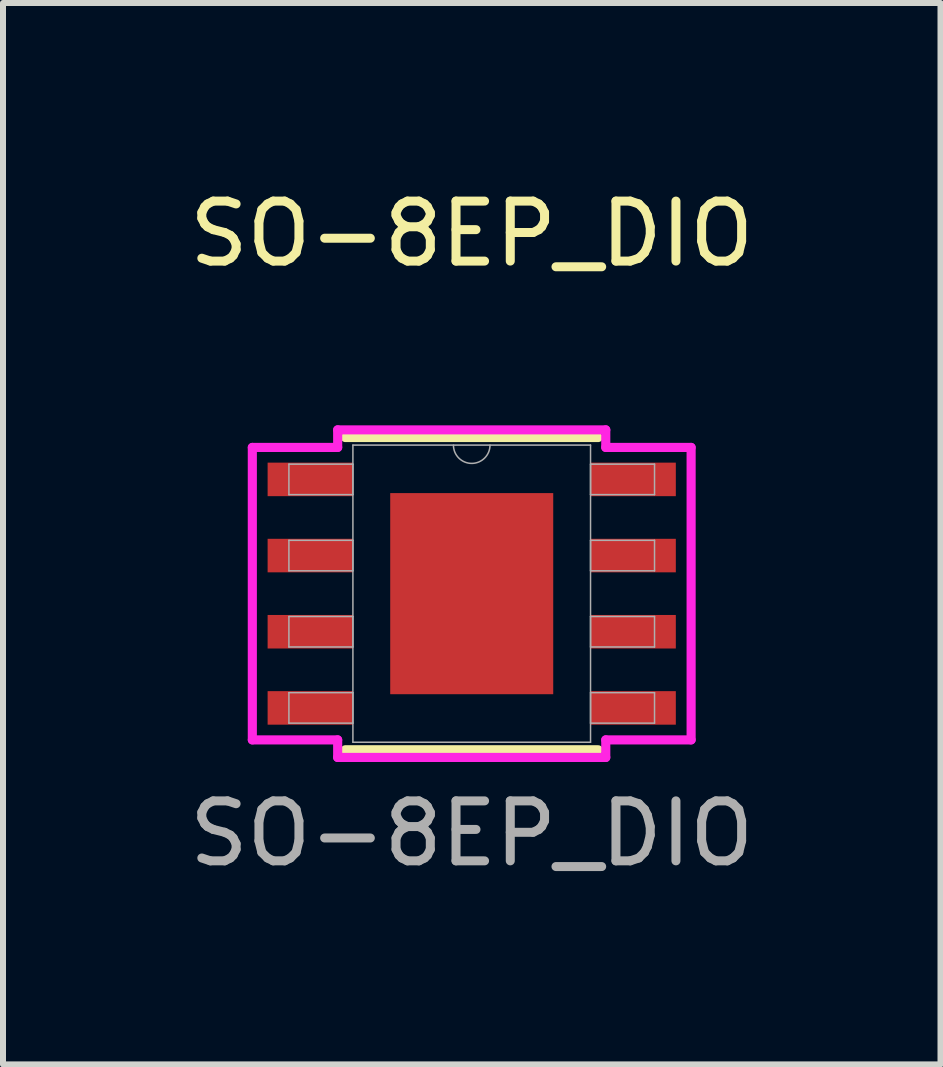
<source format=kicad_pcb>
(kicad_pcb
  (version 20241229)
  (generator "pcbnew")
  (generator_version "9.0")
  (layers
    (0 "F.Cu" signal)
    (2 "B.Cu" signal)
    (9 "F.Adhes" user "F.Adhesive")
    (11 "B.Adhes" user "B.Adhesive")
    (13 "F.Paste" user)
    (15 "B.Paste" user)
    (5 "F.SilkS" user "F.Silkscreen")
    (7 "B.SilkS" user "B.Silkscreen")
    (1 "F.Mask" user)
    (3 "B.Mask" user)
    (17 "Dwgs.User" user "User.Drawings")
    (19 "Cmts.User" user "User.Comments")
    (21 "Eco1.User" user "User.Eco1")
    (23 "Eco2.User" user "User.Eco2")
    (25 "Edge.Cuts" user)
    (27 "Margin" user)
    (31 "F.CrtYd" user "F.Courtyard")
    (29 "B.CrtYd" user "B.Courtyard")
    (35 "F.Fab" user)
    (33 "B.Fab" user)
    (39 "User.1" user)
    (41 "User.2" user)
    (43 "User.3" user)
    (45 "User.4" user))
  (footprint "SO-8EP_DIO"
    (layer "F.Cu")
    (at 4.815 6.848)
    (property "Reference" "SO-8EP_DIO" (at 0 -6 0) (unlocked yes) (layer "F.SilkS") (effects (font (size 1 1) (thickness 0.15))))
    (attr smd)
    (fp_line (start -2.108 2.603) (end 2.108 2.603) (stroke (width 0.152) (type solid)) (layer "F.SilkS"))
    (fp_line (start 2.108 -2.603) (end -2.108 -2.603) (stroke (width 0.152) (type solid)) (layer "F.SilkS"))
    (fp_poly (pts (xy -1.259 -1.576) (xy -1.259 -0.1) (xy -0.1 -0.1) (xy -0.1 -1.576)) (stroke (width 0) (type solid)) (fill yes) (layer "F.Paste"))
    (fp_poly (pts (xy -1.259 0.1) (xy -1.259 1.576) (xy -0.1 1.576) (xy -0.1 0.1)) (stroke (width 0) (type solid)) (fill yes) (layer "F.Paste"))
    (fp_poly (pts (xy 0.1 -1.576) (xy 0.1 -0.1) (xy 1.259 -0.1) (xy 1.259 -1.576)) (stroke (width 0) (type solid)) (fill yes) (layer "F.Paste"))
    (fp_poly (pts (xy 0.1 0.1) (xy 0.1 1.576) (xy 1.259 1.576) (xy 1.259 0.1)) (stroke (width 0) (type solid)) (fill yes) (layer "F.Paste"))
    (fp_line (start -3.658 -2.438) (end -2.235 -2.438) (stroke (width 0.152) (type solid)) (layer "F.CrtYd"))
    (fp_line (start -3.658 2.438) (end -3.658 -2.438) (stroke (width 0.152) (type solid)) (layer "F.CrtYd"))
    (fp_line (start -3.658 2.438) (end -2.235 2.438) (stroke (width 0.152) (type solid)) (layer "F.CrtYd"))
    (fp_line (start -2.235 -2.731) (end 2.235 -2.731) (stroke (width 0.152) (type solid)) (layer "F.CrtYd"))
    (fp_line (start -2.235 -2.438) (end -2.235 -2.731) (stroke (width 0.152) (type solid)) (layer "F.CrtYd"))
    (fp_line (start -2.235 2.731) (end -2.235 2.438) (stroke (width 0.152) (type solid)) (layer "F.CrtYd"))
    (fp_line (start 2.235 -2.731) (end 2.235 -2.438) (stroke (width 0.152) (type solid)) (layer "F.CrtYd"))
    (fp_line (start 2.235 2.438) (end 2.235 2.731) (stroke (width 0.152) (type solid)) (layer "F.CrtYd"))
    (fp_line (start 2.235 2.731) (end -2.235 2.731) (stroke (width 0.152) (type solid)) (layer "F.CrtYd"))
    (fp_line (start 3.658 -2.438) (end 2.235 -2.438) (stroke (width 0.152) (type solid)) (layer "F.CrtYd"))
    (fp_line (start 3.658 -2.438) (end 3.658 2.438) (stroke (width 0.152) (type solid)) (layer "F.CrtYd"))
    (fp_line (start 3.658 2.438) (end 2.235 2.438) (stroke (width 0.152) (type solid)) (layer "F.CrtYd"))
    (fp_line (start -3.048 -2.159) (end -3.048 -1.651) (stroke (width 0.025) (type solid)) (layer "F.Fab"))
    (fp_line (start -3.048 -1.651) (end -1.981 -1.651) (stroke (width 0.025) (type solid)) (layer "F.Fab"))
    (fp_line (start -3.048 -0.889) (end -3.048 -0.381) (stroke (width 0.025) (type solid)) (layer "F.Fab"))
    (fp_line (start -3.048 -0.381) (end -1.981 -0.381) (stroke (width 0.025) (type solid)) (layer "F.Fab"))
    (fp_line (start -3.048 0.381) (end -3.048 0.889) (stroke (width 0.025) (type solid)) (layer "F.Fab"))
    (fp_line (start -3.048 0.889) (end -1.981 0.889) (stroke (width 0.025) (type solid)) (layer "F.Fab"))
    (fp_line (start -3.048 1.651) (end -3.048 2.159) (stroke (width 0.025) (type solid)) (layer "F.Fab"))
    (fp_line (start -3.048 2.159) (end -1.981 2.159) (stroke (width 0.025) (type solid)) (layer "F.Fab"))
    (fp_line (start -1.981 -2.477) (end -1.981 2.477) (stroke (width 0.025) (type solid)) (layer "F.Fab"))
    (fp_line (start -1.981 -2.159) (end -3.048 -2.159) (stroke (width 0.025) (type solid)) (layer "F.Fab"))
    (fp_line (start -1.981 -1.651) (end -1.981 -2.159) (stroke (width 0.025) (type solid)) (layer "F.Fab"))
    (fp_line (start -1.981 -0.889) (end -3.048 -0.889) (stroke (width 0.025) (type solid)) (layer "F.Fab"))
    (fp_line (start -1.981 -0.381) (end -1.981 -0.889) (stroke (width 0.025) (type solid)) (layer "F.Fab"))
    (fp_line (start -1.981 0.381) (end -3.048 0.381) (stroke (width 0.025) (type solid)) (layer "F.Fab"))
    (fp_line (start -1.981 0.889) (end -1.981 0.381) (stroke (width 0.025) (type solid)) (layer "F.Fab"))
    (fp_line (start -1.981 1.651) (end -3.048 1.651) (stroke (width 0.025) (type solid)) (layer "F.Fab"))
    (fp_line (start -1.981 2.159) (end -1.981 1.651) (stroke (width 0.025) (type solid)) (layer "F.Fab"))
    (fp_line (start -1.981 2.477) (end 1.981 2.477) (stroke (width 0.025) (type solid)) (layer "F.Fab"))
    (fp_line (start 1.981 -2.477) (end -1.981 -2.477) (stroke (width 0.025) (type solid)) (layer "F.Fab"))
    (fp_line (start 1.981 -2.159) (end 1.981 -1.651) (stroke (width 0.025) (type solid)) (layer "F.Fab"))
    (fp_line (start 1.981 -1.651) (end 3.048 -1.651) (stroke (width 0.025) (type solid)) (layer "F.Fab"))
    (fp_line (start 1.981 -0.889) (end 1.981 -0.381) (stroke (width 0.025) (type solid)) (layer "F.Fab"))
    (fp_line (start 1.981 -0.381) (end 3.048 -0.381) (stroke (width 0.025) (type solid)) (layer "F.Fab"))
    (fp_line (start 1.981 0.381) (end 1.981 0.889) (stroke (width 0.025) (type solid)) (layer "F.Fab"))
    (fp_line (start 1.981 0.889) (end 3.048 0.889) (stroke (width 0.025) (type solid)) (layer "F.Fab"))
    (fp_line (start 1.981 1.651) (end 1.981 2.159) (stroke (width 0.025) (type solid)) (layer "F.Fab"))
    (fp_line (start 1.981 2.159) (end 3.048 2.159) (stroke (width 0.025) (type solid)) (layer "F.Fab"))
    (fp_line (start 1.981 2.477) (end 1.981 -2.477) (stroke (width 0.025) (type solid)) (layer "F.Fab"))
    (fp_line (start 3.048 -2.159) (end 1.981 -2.159) (stroke (width 0.025) (type solid)) (layer "F.Fab"))
    (fp_line (start 3.048 -1.651) (end 3.048 -2.159) (stroke (width 0.025) (type solid)) (layer "F.Fab"))
    (fp_line (start 3.048 -0.889) (end 1.981 -0.889) (stroke (width 0.025) (type solid)) (layer "F.Fab"))
    (fp_line (start 3.048 -0.381) (end 3.048 -0.889) (stroke (width 0.025) (type solid)) (layer "F.Fab"))
    (fp_line (start 3.048 0.381) (end 1.981 0.381) (stroke (width 0.025) (type solid)) (layer "F.Fab"))
    (fp_line (start 3.048 0.889) (end 3.048 0.381) (stroke (width 0.025) (type solid)) (layer "F.Fab"))
    (fp_line (start 3.048 1.651) (end 1.981 1.651) (stroke (width 0.025) (type solid)) (layer "F.Fab"))
    (fp_line (start 3.048 2.159) (end 3.048 1.651) (stroke (width 0.025) (type solid)) (layer "F.Fab"))
    (fp_arc (start 0.3048 -2.4765) (mid 0 -2.1717) (end -0.3048 -2.4765) (stroke (width 0.0254) (type solid)) (layer "F.Fab"))
    (fp_text user "${REFERENCE}" (at 0 4 0) (unlocked yes) (layer "F.Fab") (effects (font (size 1 1) (thickness 0.15))))
    (pad "1" smd rect (at -2.692 -1.905) (size 1.422 0.559) (layers "F.Cu" "F.Mask" "F.Paste"))
    (pad "2" smd rect (at -2.692 -0.635) (size 1.422 0.559) (layers "F.Cu" "F.Mask" "F.Paste"))
    (pad "3" smd rect (at -2.692 0.635) (size 1.422 0.559) (layers "F.Cu" "F.Mask" "F.Paste"))
    (pad "4" smd rect (at -2.692 1.905) (size 1.422 0.559) (layers "F.Cu" "F.Mask" "F.Paste"))
    (pad "5" smd rect (at 2.692 1.905) (size 1.422 0.559) (layers "F.Cu" "F.Mask" "F.Paste"))
    (pad "6" smd rect (at 2.692 0.635) (size 1.422 0.559) (layers "F.Cu" "F.Mask" "F.Paste"))
    (pad "7" smd rect (at 2.692 -0.635) (size 1.422 0.559) (layers "F.Cu" "F.Mask" "F.Paste"))
    (pad "8" smd rect (at 2.692 -1.905) (size 1.422 0.559) (layers "F.Cu" "F.Mask" "F.Paste"))
    (pad "EPAD" smd rect (at 0 0) (size 2.718 3.353) (layers "F.Cu" "F.Mask")))
  (gr_rect
    (start -3 -3)
    (end 12.631 14.697)
    (stroke (width 0.1) (type default))
    (fill no)
    (layer "Edge.Cuts")))
</source>
